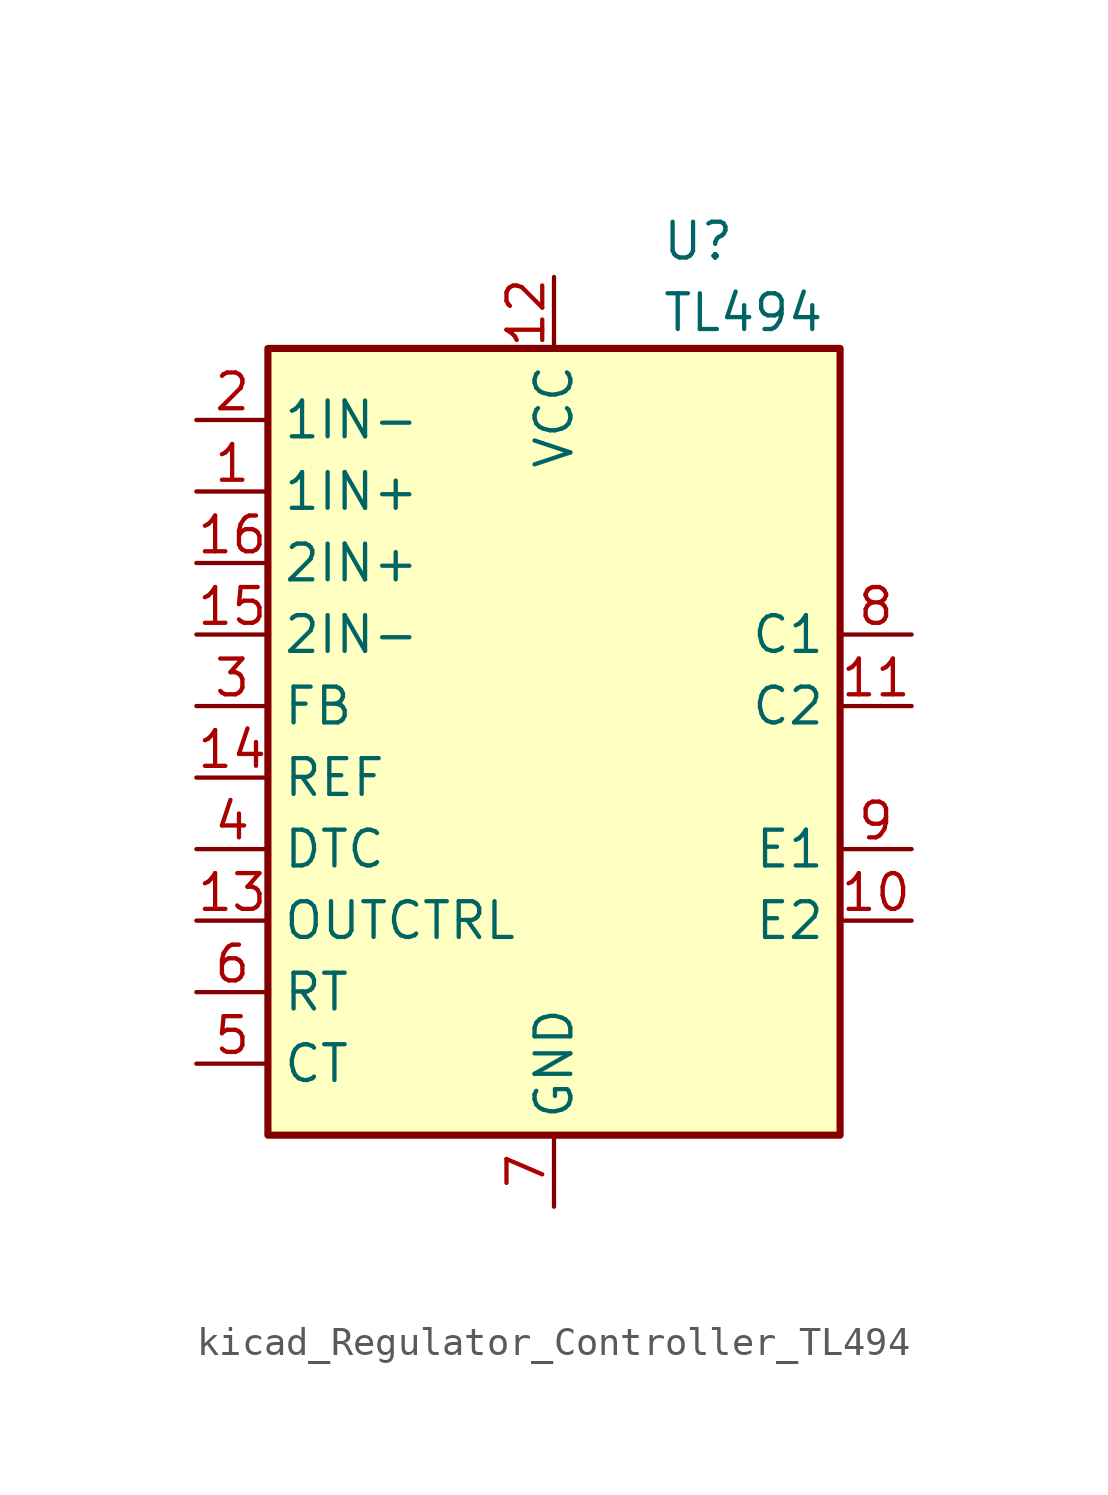
<source format=kicad_sym>
(kicad_symbol_lib
  (version 20220914)
  (generator kicad_symbol_editor)
  (symbol "kicad_Regulator_Controller_TL494"
    (property "Reference" "U"
      (at 3.81 19.05 0)
      (effects (font (size 1.27 1.27)) (justify left)))
    (property "Value" "TL494"
      (at 3.81 16.51 0)
      (effects (font (size 1.27 1.27)) (justify left)))
    (symbol "kicad_Regulator_Controller_TL494_0_1"
      (rectangle (start -10.16 -12.7) (end 10.16 15.24) (stroke (width 0.254) (type default)) (fill (type background))))
    (symbol "kicad_Regulator_Controller_TL494_1_1"
      (pin input line (at -12.7 10.16 0) (length 2.54) (name "1IN+" (effects (font (size 1.27 1.27)))) (number "1" (effects (font (size 1.27 1.27)))))
      (pin passive line (at 12.7 -5.08 180) (length 2.54) (name "E2" (effects (font (size 1.27 1.27)))) (number "10" (effects (font (size 1.27 1.27)))))
      (pin passive line (at 12.7 2.54 180) (length 2.54) (name "C2" (effects (font (size 1.27 1.27)))) (number "11" (effects (font (size 1.27 1.27)))))
      (pin power_in line (at 0 17.78 270) (length 2.54) (name "VCC" (effects (font (size 1.27 1.27)))) (number "12" (effects (font (size 1.27 1.27)))))
      (pin input line (at -12.7 -5.08 0) (length 2.54) (name "OUTCTRL" (effects (font (size 1.27 1.27)))) (number "13" (effects (font (size 1.27 1.27)))))
      (pin power_out line (at -12.7 0 0) (length 2.54) (name "REF" (effects (font (size 1.27 1.27)))) (number "14" (effects (font (size 1.27 1.27)))))
      (pin input line (at -12.7 5.08 0) (length 2.54) (name "2IN-" (effects (font (size 1.27 1.27)))) (number "15" (effects (font (size 1.27 1.27)))))
      (pin input line (at -12.7 7.62 0) (length 2.54) (name "2IN+" (effects (font (size 1.27 1.27)))) (number "16" (effects (font (size 1.27 1.27)))))
      (pin input line (at -12.7 12.7 0) (length 2.54) (name "1IN-" (effects (font (size 1.27 1.27)))) (number "2" (effects (font (size 1.27 1.27)))))
      (pin output line (at -12.7 2.54 0) (length 2.54) (name "FB" (effects (font (size 1.27 1.27)))) (number "3" (effects (font (size 1.27 1.27)))))
      (pin input line (at -12.7 -2.54 0) (length 2.54) (name "DTC" (effects (font (size 1.27 1.27)))) (number "4" (effects (font (size 1.27 1.27)))))
      (pin passive line (at -12.7 -10.16 0) (length 2.54) (name "CT" (effects (font (size 1.27 1.27)))) (number "5" (effects (font (size 1.27 1.27)))))
      (pin passive line (at -12.7 -7.62 0) (length 2.54) (name "RT" (effects (font (size 1.27 1.27)))) (number "6" (effects (font (size 1.27 1.27)))))
      (pin power_in line (at 0 -15.24 90) (length 2.54) (name "GND" (effects (font (size 1.27 1.27)))) (number "7" (effects (font (size 1.27 1.27)))))
      (pin passive line (at 12.7 5.08 180) (length 2.54) (name "C1" (effects (font (size 1.27 1.27)))) (number "8" (effects (font (size 1.27 1.27)))))
      (pin passive line (at 12.7 -2.54 180) (length 2.54) (name "E1" (effects (font (size 1.27 1.27)))) (number "9" (effects (font (size 1.27 1.27))))))))
</source>
